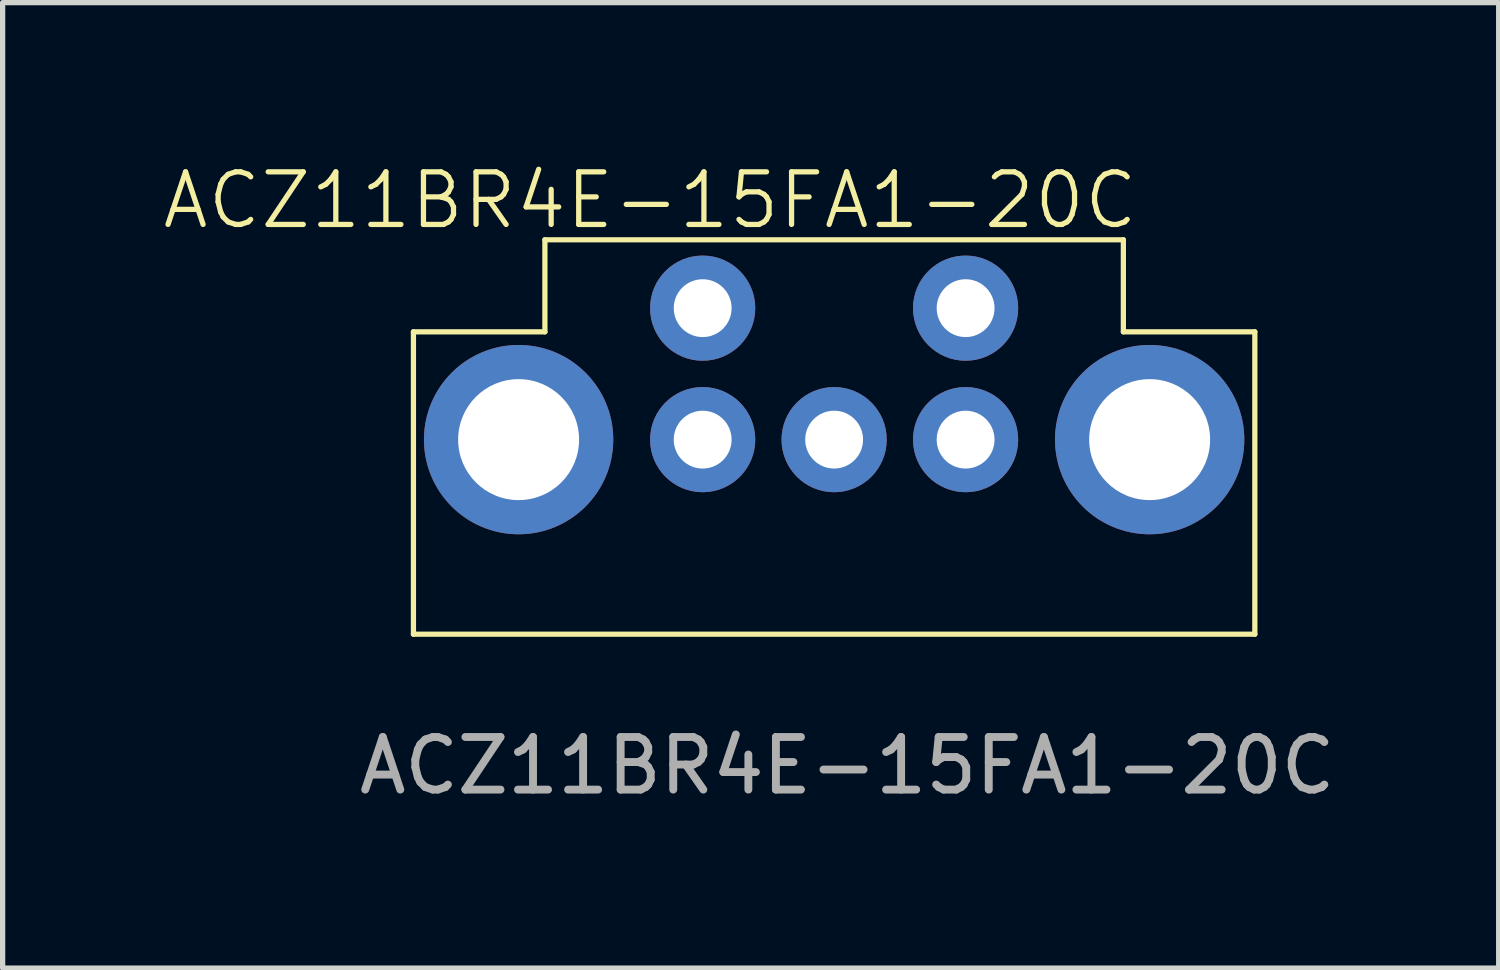
<source format=kicad_pcb>
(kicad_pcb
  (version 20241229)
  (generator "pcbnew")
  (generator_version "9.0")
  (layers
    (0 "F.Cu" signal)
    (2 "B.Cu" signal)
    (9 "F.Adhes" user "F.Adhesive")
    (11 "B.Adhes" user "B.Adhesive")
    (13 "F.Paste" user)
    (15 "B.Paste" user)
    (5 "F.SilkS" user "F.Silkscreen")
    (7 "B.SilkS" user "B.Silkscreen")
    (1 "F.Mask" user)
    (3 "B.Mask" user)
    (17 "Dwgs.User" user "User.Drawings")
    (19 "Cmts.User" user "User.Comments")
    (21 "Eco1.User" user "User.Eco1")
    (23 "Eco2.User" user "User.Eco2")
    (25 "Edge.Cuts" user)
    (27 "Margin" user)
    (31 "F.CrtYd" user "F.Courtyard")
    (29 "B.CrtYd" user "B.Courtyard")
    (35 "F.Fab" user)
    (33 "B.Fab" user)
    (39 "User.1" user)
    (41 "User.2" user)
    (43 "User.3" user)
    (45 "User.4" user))
  (footprint "ACZ11BR4E-15FA1-20C"
    (layer "F.Cu")
    (at 12.812 2.51)
    (property "Reference" "ACZ11BR4E-15FA1-20C" (at -3.5 -1.75 0) (unlocked yes) (layer "F.SilkS") (effects (font (size 1 1) (thickness 0.1))))
    (attr through_hole)
    (fp_line (start -8 0.75) (end -8 6.5) (stroke (width 0.1) (type default)) (layer "F.SilkS"))
    (fp_line (start -8 6.5) (end 8 6.5) (stroke (width 0.1) (type default)) (layer "F.SilkS"))
    (fp_line (start -5.5 -1) (end -5.5 0.75) (stroke (width 0.1) (type default)) (layer "F.SilkS"))
    (fp_line (start -5.5 0.75) (end -8 0.75) (stroke (width 0.1) (type default)) (layer "F.SilkS"))
    (fp_line (start 5.5 -1) (end -5.5 -1) (stroke (width 0.1) (type default)) (layer "F.SilkS"))
    (fp_line (start 5.5 0.75) (end 5.5 -1) (stroke (width 0.1) (type default)) (layer "F.SilkS"))
    (fp_line (start 8 0.75) (end 5.5 0.75) (stroke (width 0.1) (type default)) (layer "F.SilkS"))
    (fp_line (start 8 6.5) (end 8 0.75) (stroke (width 0.1) (type default)) (layer "F.SilkS"))
    (fp_text user "${REFERENCE}" (at 0.25 9 0) (unlocked yes) (layer "F.Fab") (effects (font (size 1 1) (thickness 0.15))))
    (pad "A" thru_hole circle (at -2.5 2.8) (size 2 2) (drill 1.1) (layers "*.Cu" "*.Mask"))
    (pad "B" thru_hole circle (at 2.5 2.8) (size 2 2) (drill 1.1) (layers "*.Cu" "*.Mask"))
    (pad "C" thru_hole circle (at 0 2.8) (size 2 2) (drill 1.1) (layers "*.Cu" "*.Mask"))
    (pad "MP" thru_hole circle (at -6 2.8) (size 3.6 3.6) (drill 2.3) (layers "*.Cu" "*.Mask"))
    (pad "MP" thru_hole circle (at 6 2.8) (size 3.6 3.6) (drill 2.3) (layers "*.Cu" "*.Mask"))
    (pad "S1" thru_hole circle (at -2.5 0.3) (size 2 2) (drill 1.1) (layers "*.Cu" "*.Mask"))
    (pad "S2" thru_hole circle (at 2.5 0.3) (size 2 2) (drill 1.1) (layers "*.Cu" "*.Mask")))
  (gr_rect
    (start -3 -3)
    (end 25.449 15.359)
    (stroke (width 0.1) (type default))
    (fill no)
    (layer "Edge.Cuts")))
</source>
